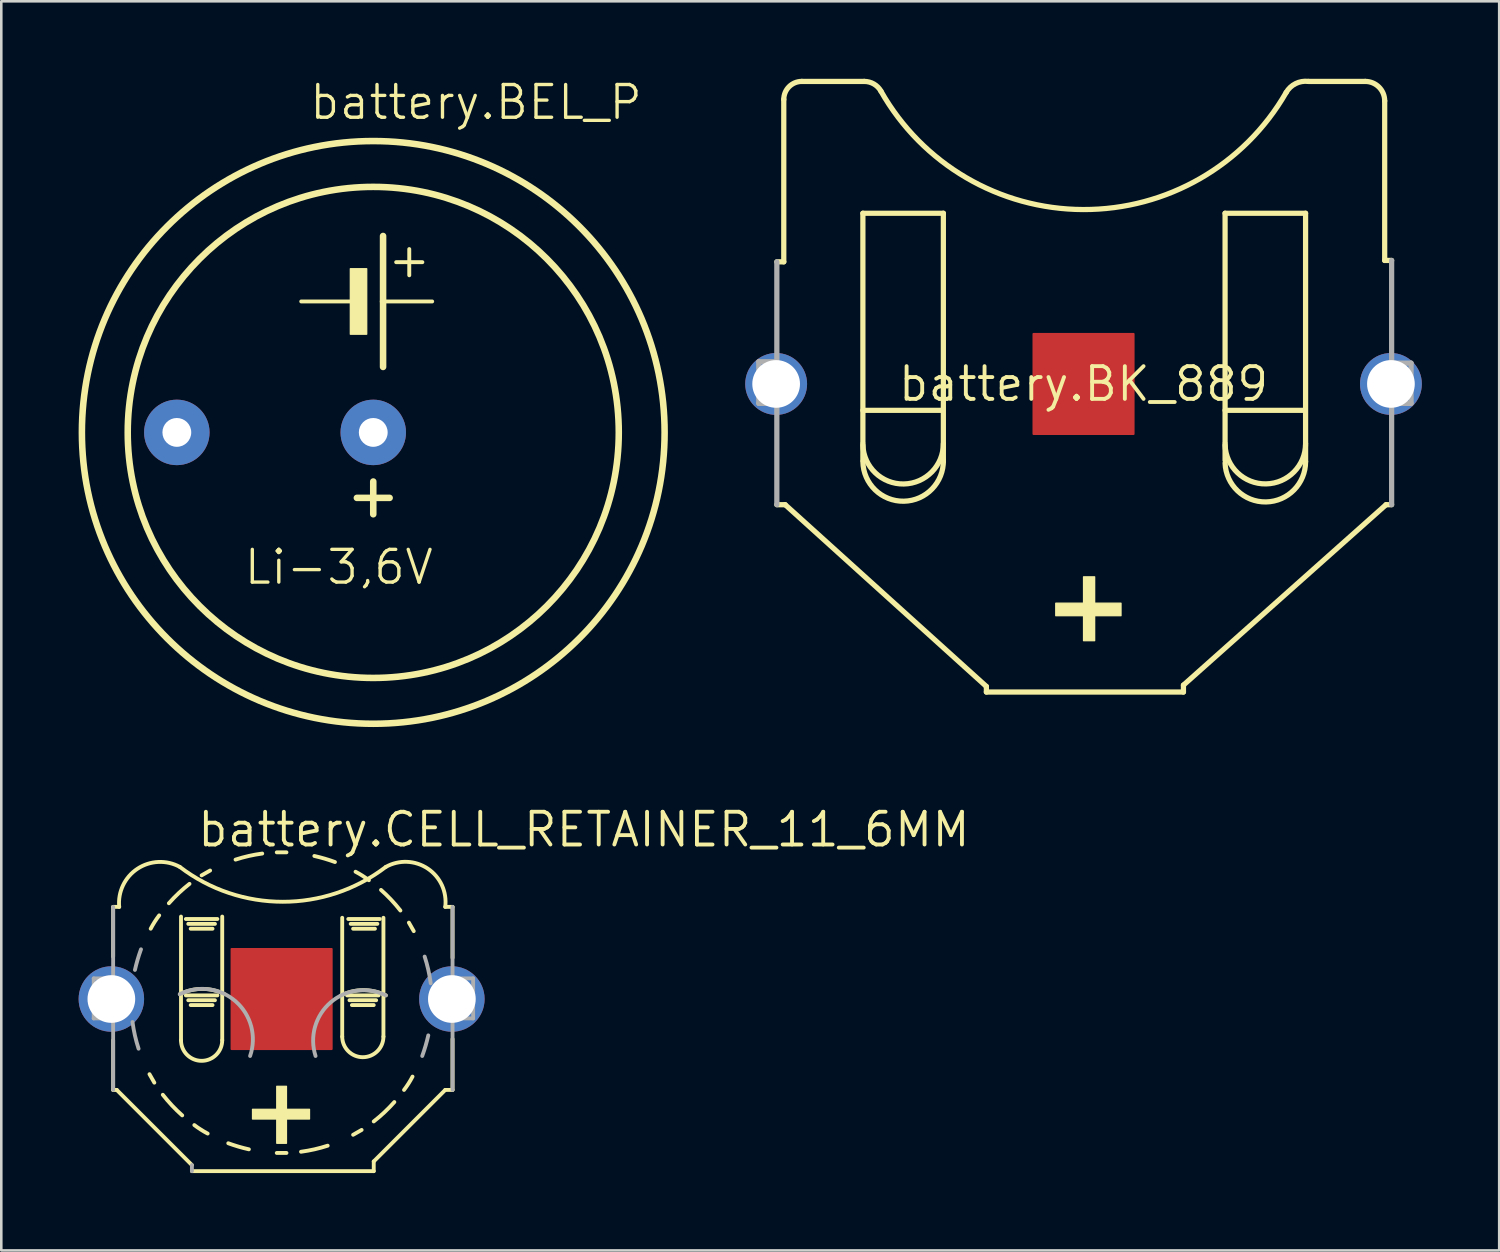
<source format=kicad_pcb>
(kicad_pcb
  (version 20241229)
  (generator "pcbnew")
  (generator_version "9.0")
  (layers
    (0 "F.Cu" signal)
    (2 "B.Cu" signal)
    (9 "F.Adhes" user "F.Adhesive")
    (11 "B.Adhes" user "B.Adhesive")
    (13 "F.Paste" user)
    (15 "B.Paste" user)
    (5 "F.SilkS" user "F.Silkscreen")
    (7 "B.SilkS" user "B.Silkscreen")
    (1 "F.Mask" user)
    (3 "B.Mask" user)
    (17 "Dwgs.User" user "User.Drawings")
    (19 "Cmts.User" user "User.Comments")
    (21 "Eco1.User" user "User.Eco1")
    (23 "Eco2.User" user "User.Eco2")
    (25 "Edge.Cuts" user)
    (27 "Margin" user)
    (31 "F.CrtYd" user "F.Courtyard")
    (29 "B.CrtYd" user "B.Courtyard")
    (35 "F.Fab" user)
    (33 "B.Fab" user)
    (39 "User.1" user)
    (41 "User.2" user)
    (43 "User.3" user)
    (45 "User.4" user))
  (footprint "battery.BK_889"
    (layer "F.Cu")
    (at 38.985 11.845)
    (property "Reference" "battery.BK_889" (at 0 0 0) (layer "F.SilkS") (effects (font (size 1.27 1.27) (thickness 0.15))))
    (attr smd)
    (fp_line (start -11.898 -4.738) (end -11.629 -4.738) (stroke (width 0.203) (type default)) (layer "F.SilkS"))
    (fp_line (start -11.629 -4.738) (end -11.629 -11.037) (stroke (width 0.203) (type default)) (layer "F.SilkS"))
    (fp_line (start -11.575 4.684) (end -11.898 4.684) (stroke (width 0.203) (type default)) (layer "F.SilkS"))
    (fp_line (start -10.929 -11.736) (end -8.506 -11.736) (stroke (width 0.203) (type default)) (layer "F.SilkS"))
    (fp_line (start -8.56 -6.622) (end -5.438 -6.622) (stroke (width 0.203) (type default)) (layer "F.SilkS"))
    (fp_line (start -8.56 1.023) (end -5.491 1.023) (stroke (width 0.203) (type default)) (layer "F.SilkS"))
    (fp_line (start -8.56 2.261) (end -8.56 -6.622) (stroke (width 0.203) (type default)) (layer "F.SilkS"))
    (fp_line (start -8.56 2.315) (end -8.56 2.961) (stroke (width 0.203) (type default)) (layer "F.SilkS"))
    (fp_line (start -5.438 -6.622) (end -5.438 2.315) (stroke (width 0.203) (type default)) (layer "F.SilkS"))
    (fp_line (start -5.438 3.015) (end -5.438 2.369) (stroke (width 0.203) (type default)) (layer "F.SilkS"))
    (fp_line (start -3.769 11.736) (end -11.575 4.684) (stroke (width 0.203) (type default)) (layer "F.SilkS"))
    (fp_line (start -3.769 11.952) (end -3.769 11.736) (stroke (width 0.203) (type default)) (layer "F.SilkS"))
    (fp_line (start 3.876 11.683) (end 3.876 11.952) (stroke (width 0.203) (type default)) (layer "F.SilkS"))
    (fp_line (start 3.876 11.952) (end -3.769 11.952) (stroke (width 0.203) (type default)) (layer "F.SilkS"))
    (fp_line (start 5.491 -6.622) (end 8.614 -6.622) (stroke (width 0.203) (type default)) (layer "F.SilkS"))
    (fp_line (start 5.491 1.023) (end 8.56 1.023) (stroke (width 0.203) (type default)) (layer "F.SilkS"))
    (fp_line (start 5.491 2.261) (end 5.491 -6.622) (stroke (width 0.203) (type default)) (layer "F.SilkS"))
    (fp_line (start 5.491 2.315) (end 5.491 2.961) (stroke (width 0.203) (type default)) (layer "F.SilkS"))
    (fp_line (start 8.614 -6.622) (end 8.614 2.315) (stroke (width 0.203) (type default)) (layer "F.SilkS"))
    (fp_line (start 8.614 3.015) (end 8.614 2.369) (stroke (width 0.203) (type default)) (layer "F.SilkS"))
    (fp_line (start 8.722 -11.736) (end 10.929 -11.736) (stroke (width 0.203) (type default)) (layer "F.SilkS"))
    (fp_line (start 11.683 -10.983) (end 11.683 -4.791) (stroke (width 0.203) (type default)) (layer "F.SilkS"))
    (fp_line (start 11.683 -4.791) (end 11.952 -4.791) (stroke (width 0.203) (type default)) (layer "F.SilkS"))
    (fp_line (start 11.736 4.684) (end 3.876 11.683) (stroke (width 0.203) (type default)) (layer "F.SilkS"))
    (fp_line (start 11.952 4.684) (end 11.736 4.684) (stroke (width 0.203) (type default)) (layer "F.SilkS"))
    (fp_rect (start -1.077 8.991) (end 1.454 8.506) (stroke (width 0.05) (type default)) (fill yes) (layer "F.SilkS"))
    (fp_rect (start 0 9.96) (end 0.431 7.483) (stroke (width 0.05) (type default)) (fill yes) (layer "F.SilkS"))
    (fp_arc (start -11.628791 -11.036584) (mid -11.4238 -11.531475) (end -10.928909 -11.736466) (stroke (width 0.2032) (type default)) (layer "F.SilkS"))
    (fp_arc (start -8.506247 -11.736466) (mid -8.132283 -11.635365) (end -7.860203 -11.359606) (stroke (width 0.2032) (type default)) (layer "F.SilkS"))
    (fp_arc (start -5.437538 2.314989) (mid -6.972352 3.876495) (end -8.560084 2.368827) (stroke (width 0.2032) (type default)) (layer "F.SilkS"))
    (fp_arc (start -5.437538 2.961034) (mid -6.971892 4.549226) (end -8.560084 3.014872) (stroke (width 0.2032) (type default)) (layer "F.SilkS"))
    (fp_arc (start 7.860203 -11.305769) (mid -0.015641 -6.765568) (end -7.860203 -11.359606) (stroke (width 0.2032) (type default)) (layer "F.SilkS"))
    (fp_arc (start 7.860203 -11.305769) (mid 8.225972 -11.65097) (end 8.721594 -11.736466) (stroke (width 0.2032) (type default)) (layer "F.SilkS"))
    (fp_arc (start 8.613919 2.314989) (mid 7.079103 3.876497) (end 5.491372 2.368827) (stroke (width 0.2032) (type default)) (layer "F.SilkS"))
    (fp_arc (start 8.613919 3.014868) (mid 7.079103 4.576377) (end 5.491372 3.068706) (stroke (width 0.2032) (type default)) (layer "F.SilkS"))
    (fp_arc (start 10.928909 -11.736466) (mid 11.461869 -11.515707) (end 11.682628 -10.982747) (stroke (width 0.2032) (type default)) (layer "F.SilkS"))
    (fp_line (start -12.598 -0.861) (end -11.952 -0.861) (stroke (width 0.203) (type default)) (layer "F.Fab"))
    (fp_line (start -12.598 0.754) (end -12.598 -0.861) (stroke (width 0.203) (type default)) (layer "F.Fab"))
    (fp_line (start -11.898 0.754) (end -12.598 0.754) (stroke (width 0.203) (type default)) (layer "F.Fab"))
    (fp_line (start -11.898 0.754) (end -11.898 -4.738) (stroke (width 0.203) (type default)) (layer "F.Fab"))
    (fp_line (start -11.898 4.684) (end -11.898 0.754) (stroke (width 0.203) (type default)) (layer "F.Fab"))
    (fp_line (start 11.952 -4.791) (end 11.952 -0.808) (stroke (width 0.203) (type default)) (layer "F.Fab"))
    (fp_line (start 11.952 -0.808) (end 11.952 0.754) (stroke (width 0.203) (type default)) (layer "F.Fab"))
    (fp_line (start 11.952 -0.808) (end 12.706 -0.808) (stroke (width 0.203) (type default)) (layer "F.Fab"))
    (fp_line (start 11.952 0.754) (end 11.952 4.684) (stroke (width 0.203) (type default)) (layer "F.Fab"))
    (fp_line (start 12.706 -0.808) (end 12.706 0.754) (stroke (width 0.203) (type default)) (layer "F.Fab"))
    (fp_line (start 12.706 0.754) (end 11.952 0.754) (stroke (width 0.203) (type default)) (layer "F.Fab"))
    (pad "+@1" thru_hole circle (at -11.925 0) (size 2.4 2.4) (drill 1.85) (layers "*.Cu" "*.Mask"))
    (pad "+@2" thru_hole circle (at 11.925 0) (size 2.4 2.4) (drill 1.85) (layers "*.Cu" "*.Mask"))
    (pad "-" smd roundrect (at 0 0) (size 3.96 3.96) (layers "F.Cu" "F.Mask" "F.Paste") (roundrect_rratio 0.01)))
  (footprint "battery.BEL_P"
    (layer "F.Cu")
    (at 11.43 13.725)
    (property "Reference" "battery.BEL_P" (at -2.54 -12.065 0) (layer "F.SilkS") (effects (font (size 1.27 1.27) (thickness 0.13)) (justify left bottom)))
    (attr through_hole)
    (fp_line (start -2.794 -5.08) (end -0.889 -5.08) (stroke (width 0.152) (type default)) (layer "F.SilkS"))
    (fp_line (start -0.635 2.54) (end 0.635 2.54) (stroke (width 0.254) (type default)) (layer "F.SilkS"))
    (fp_line (start 0 1.905) (end 0 3.175) (stroke (width 0.254) (type default)) (layer "F.SilkS"))
    (fp_line (start 0.381 -7.62) (end 0.381 -5.08) (stroke (width 0.254) (type default)) (layer "F.SilkS"))
    (fp_line (start 0.381 -5.08) (end 0.381 -2.54) (stroke (width 0.254) (type default)) (layer "F.SilkS"))
    (fp_line (start 0.381 -5.08) (end 2.286 -5.08) (stroke (width 0.152) (type default)) (layer "F.SilkS"))
    (fp_line (start 0.889 -6.604) (end 1.905 -6.604) (stroke (width 0.152) (type default)) (layer "F.SilkS"))
    (fp_line (start 1.397 -7.112) (end 1.397 -6.096) (stroke (width 0.152) (type default)) (layer "F.SilkS"))
    (fp_rect (start -0.889 -3.81) (end -0.254 -6.35) (stroke (width 0.05) (type default)) (fill yes) (layer "F.SilkS"))
    (fp_circle (center 0 0) (end 9.525 0) (stroke (width 0.254) (type default)) (fill no) (layer "F.SilkS"))
    (fp_circle (center 0 0) (end 11.303 0) (stroke (width 0.254) (type default)) (fill no) (layer "F.SilkS"))
    (fp_text user "Li-3,6V" (at -5.08 5.969 0) (layer "F.SilkS") (effects (font (size 1.27 1.27) (thickness 0.13)) (justify left bottom)))
    (pad "+" thru_hole circle (at 0 0) (size 2.54 2.54) (drill 1.118) (layers "*.Cu" "*.Mask"))
    (pad "-" thru_hole circle (at -7.62 0) (size 2.54 2.54) (drill 1.118) (layers "*.Cu" "*.Mask")))
  (footprint "battery.CELL_RETAINER_11_6MM"
    (layer "F.Cu")
    (at 7.875 35.706)
    (property "Reference" "battery.CELL_RETAINER_11_6MM" (at -3.339 -5.831 0) (layer "F.SilkS") (effects (font (size 1.27 1.27) (thickness 0.15)) (justify left bottom)))
    (attr smd)
    (fp_line (start -6.536 -3.574) (end -6.301 -3.574) (stroke (width 0.15) (type default)) (layer "F.SilkS"))
    (fp_line (start -6.536 -1.646) (end -6.536 -3.574) (stroke (width 0.15) (type default)) (layer "F.SilkS"))
    (fp_line (start -6.536 3.527) (end -6.536 1.599) (stroke (width 0.15) (type default)) (layer "F.SilkS"))
    (fp_line (start -6.395 3.527) (end -6.536 3.527) (stroke (width 0.15) (type default)) (layer "F.SilkS"))
    (fp_line (start -5.126 2.916) (end -4.938 3.245) (stroke (width 0.15) (type default)) (layer "F.SilkS"))
    (fp_line (start -3.903 -3.198) (end -3.903 1.599) (stroke (width 0.15) (type default)) (layer "F.SilkS"))
    (fp_line (start -3.715 -3.104) (end -2.492 -3.104) (stroke (width 0.15) (type default)) (layer "F.SilkS"))
    (fp_line (start -3.715 -0.141) (end -2.492 -0.141) (stroke (width 0.15) (type default)) (layer "F.SilkS"))
    (fp_line (start -3.621 -2.916) (end -2.586 -2.916) (stroke (width 0.15) (type default)) (layer "F.SilkS"))
    (fp_line (start -3.621 0.047) (end -2.586 0.047) (stroke (width 0.15) (type default)) (layer "F.SilkS"))
    (fp_line (start -3.527 -2.727) (end -2.68 -2.727) (stroke (width 0.15) (type default)) (layer "F.SilkS"))
    (fp_line (start -3.527 0.235) (end -2.68 0.235) (stroke (width 0.15) (type default)) (layer "F.SilkS"))
    (fp_line (start -3.48 6.442) (end -6.395 3.527) (stroke (width 0.15) (type default)) (layer "F.SilkS"))
    (fp_line (start -2.774 -4.985) (end -3.104 -4.797) (stroke (width 0.15) (type default)) (layer "F.SilkS"))
    (fp_line (start -2.304 1.599) (end -2.304 -3.198) (stroke (width 0.15) (type default)) (layer "F.SilkS"))
    (fp_line (start -0.188 -5.69) (end 0.188 -5.69) (stroke (width 0.15) (type default)) (layer "F.SilkS"))
    (fp_line (start 0.188 5.972) (end -0.188 5.972) (stroke (width 0.15) (type default)) (layer "F.SilkS"))
    (fp_line (start 2.351 -3.151) (end 2.351 1.458) (stroke (width 0.15) (type default)) (layer "F.SilkS"))
    (fp_line (start 2.539 -0.141) (end 3.762 -0.141) (stroke (width 0.15) (type default)) (layer "F.SilkS"))
    (fp_line (start 2.586 -3.104) (end 3.809 -3.104) (stroke (width 0.15) (type default)) (layer "F.SilkS"))
    (fp_line (start 2.633 0.047) (end 3.668 0.047) (stroke (width 0.15) (type default)) (layer "F.SilkS"))
    (fp_line (start 2.68 -2.916) (end 3.715 -2.916) (stroke (width 0.15) (type default)) (layer "F.SilkS"))
    (fp_line (start 2.727 0.235) (end 3.574 0.235) (stroke (width 0.15) (type default)) (layer "F.SilkS"))
    (fp_line (start 2.774 -2.727) (end 3.621 -2.727) (stroke (width 0.15) (type default)) (layer "F.SilkS"))
    (fp_line (start 2.774 5.267) (end 3.104 5.079) (stroke (width 0.15) (type default)) (layer "F.SilkS"))
    (fp_line (start 3.574 6.301) (end 3.574 6.678) (stroke (width 0.15) (type default)) (layer "F.SilkS"))
    (fp_line (start 3.574 6.678) (end -3.48 6.678) (stroke (width 0.15) (type default)) (layer "F.SilkS"))
    (fp_line (start 3.95 1.458) (end 3.95 -3.151) (stroke (width 0.15) (type default)) (layer "F.SilkS"))
    (fp_line (start 5.126 -2.633) (end 4.938 -2.963) (stroke (width 0.15) (type default)) (layer "F.SilkS"))
    (fp_line (start 6.348 -3.574) (end 6.631 -3.574) (stroke (width 0.15) (type default)) (layer "F.SilkS"))
    (fp_line (start 6.348 3.527) (end 3.574 6.301) (stroke (width 0.15) (type default)) (layer "F.SilkS"))
    (fp_line (start 6.631 -3.574) (end 6.631 -1.599) (stroke (width 0.15) (type default)) (layer "F.SilkS"))
    (fp_line (start 6.631 1.552) (end 6.631 3.527) (stroke (width 0.15) (type default)) (layer "F.SilkS"))
    (fp_line (start 6.631 3.527) (end 6.348 3.527) (stroke (width 0.15) (type default)) (layer "F.SilkS"))
    (fp_rect (start -1.129 4.655) (end 1.082 4.279) (stroke (width 0.05) (type default)) (fill yes) (layer "F.SilkS"))
    (fp_rect (start -0.188 5.596) (end 0.188 3.386) (stroke (width 0.05) (type default)) (fill yes) (layer "F.SilkS"))
    (fp_arc (start -6.30135 -3.5739) (mid -5.590857 -5.054557) (end -3.9501 -5.125725) (stroke (width 0.15) (type default)) (layer "F.SilkS"))
    (fp_arc (start -5.0787 -2.72745) (mid -4.925175 -2.993127) (end -4.749525 -3.244725) (stroke (width 0.15) (type default)) (layer "F.SilkS"))
    (fp_arc (start -4.373325 -3.714975) (mid -3.99078 -4.109415) (end -3.5739 -4.467375) (stroke (width 0.15) (type default)) (layer "F.SilkS"))
    (fp_arc (start -3.9501 -0.1881) (mid -3.080138 -0.391818) (end -2.210175 -0.1881) (stroke (width 0.15) (type default)) (layer "F.SilkS"))
    (fp_arc (start -3.85605 4.5144) (mid -4.25049 4.131855) (end -4.60845 3.714975) (stroke (width 0.15) (type default)) (layer "F.SilkS"))
    (fp_arc (start -2.868525 5.219775) (mid -3.134202 5.06625) (end -3.3858 4.8906) (stroke (width 0.15) (type default)) (layer "F.SilkS"))
    (fp_arc (start -2.304225 1.59885) (mid -3.10365 2.398275) (end -3.903075 1.59885) (stroke (width 0.15) (type default)) (layer "F.SilkS"))
    (fp_arc (start -1.78695 -5.407875) (mid -1.275049 -5.549084) (end -0.7524 -5.643) (stroke (width 0.15) (type default)) (layer "F.SilkS"))
    (fp_arc (start -1.269675 5.8311) (mid -1.673196 5.726485) (end -2.0691 5.595975) (stroke (width 0.15) (type default)) (layer "F.SilkS"))
    (fp_arc (start 1.269675 -5.54895) (mid 1.673196 -5.444335) (end 2.0691 -5.313825) (stroke (width 0.15) (type default)) (layer "F.SilkS"))
    (fp_arc (start 1.78695 5.690025) (mid 1.275049 5.831234) (end 0.7524 5.92515) (stroke (width 0.15) (type default)) (layer "F.SilkS"))
    (fp_arc (start 2.304225 -0.141075) (mid 3.174188 -0.344793) (end 4.04415 -0.141075) (stroke (width 0.15) (type default)) (layer "F.SilkS"))
    (fp_arc (start 2.868525 -4.937625) (mid 3.134202 -4.7841) (end 3.3858 -4.60845) (stroke (width 0.15) (type default)) (layer "F.SilkS"))
    (fp_arc (start 3.85605 -4.23225) (mid 4.25049 -3.849705) (end 4.60845 -3.432825) (stroke (width 0.15) (type default)) (layer "F.SilkS"))
    (fp_arc (start 3.9501 1.457775) (mid 3.150675 2.2572) (end 2.35125 1.457775) (stroke (width 0.15) (type default)) (layer "F.SilkS"))
    (fp_arc (start 4.04415 -5.125725) (mid 0.047025 -3.772412) (end -3.9501 -5.125725) (stroke (width 0.15) (type default)) (layer "F.SilkS"))
    (fp_arc (start 4.04415 -5.125725) (mid 5.672619 -5.05713) (end 6.348375 -3.5739) (stroke (width 0.15) (type default)) (layer "F.SilkS"))
    (fp_arc (start 4.373325 3.997125) (mid 3.99078 4.391565) (end 3.5739 4.749525) (stroke (width 0.15) (type default)) (layer "F.SilkS"))
    (fp_arc (start 5.0787 3.0096) (mid 4.925175 3.275277) (end 4.749525 3.526875) (stroke (width 0.15) (type default)) (layer "F.SilkS"))
    (fp_line (start -7.289 -0.799) (end -7.289 0.752) (stroke (width 0.15) (type default)) (layer "F.Fab"))
    (fp_line (start -7.289 0.752) (end -6.631 0.752) (stroke (width 0.15) (type default)) (layer "F.Fab"))
    (fp_line (start -6.583 -0.799) (end -7.289 -0.799) (stroke (width 0.15) (type default)) (layer "F.Fab"))
    (fp_line (start -6.536 3.527) (end -6.536 -3.574) (stroke (width 0.15) (type default)) (layer "F.Fab"))
    (fp_line (start -5.831 0.329) (end -5.831 -0.047) (stroke (width 0.15) (type default)) (layer "F.Fab"))
    (fp_line (start -3.48 6.678) (end -3.48 6.442) (stroke (width 0.15) (type default)) (layer "F.Fab"))
    (fp_line (start 5.831 -0.047) (end 5.831 0.329) (stroke (width 0.15) (type default)) (layer "F.Fab"))
    (fp_line (start 6.631 -3.574) (end 6.631 3.527) (stroke (width 0.15) (type default)) (layer "F.Fab"))
    (fp_line (start 6.678 -0.799) (end 7.43 -0.799) (stroke (width 0.15) (type default)) (layer "F.Fab"))
    (fp_line (start 7.43 -0.799) (end 7.43 0.752) (stroke (width 0.15) (type default)) (layer "F.Fab"))
    (fp_line (start 7.43 0.752) (end 6.678 0.752) (stroke (width 0.15) (type default)) (layer "F.Fab"))
    (fp_arc (start -5.690025 -1.1286) (mid -5.58541 -1.532121) (end -5.4549 -1.928025) (stroke (width 0.15) (type default)) (layer "F.Fab"))
    (fp_arc (start -5.54895 1.928025) (mid -5.690159 1.416124) (end -5.784075 0.893475) (stroke (width 0.15) (type default)) (layer "F.Fab"))
    (fp_arc (start -3.9501 -0.1881) (mid -1.780127 0.094129) (end -1.22265 2.210175) (stroke (width 0.15) (type default)) (layer "F.Fab"))
    (fp_arc (start 1.3167 2.210175) (mid 1.901345 0.130817) (end 4.04415 -0.141075) (stroke (width 0.15) (type default)) (layer "F.Fab"))
    (fp_arc (start 5.54895 -1.645875) (mid 5.690159 -1.133974) (end 5.784075 -0.611325) (stroke (width 0.15) (type default)) (layer "F.Fab"))
    (fp_arc (start 5.690025 1.41075) (mid 5.58541 1.814271) (end 5.4549 2.210175) (stroke (width 0.15) (type default)) (layer "F.Fab"))
    (pad "N-" smd roundrect (at 0 0) (size 3.96 3.96) (layers "F.Cu" "F.Mask" "F.Paste") (roundrect_rratio 0.01))
    (pad "P+@1" thru_hole circle (at -6.605 0) (size 2.54 2.54) (drill 1.85) (layers "*.Cu" "*.Mask"))
    (pad "P+@2" thru_hole circle (at 6.605 0) (size 2.54 2.54) (drill 1.85) (layers "*.Cu" "*.Mask")))
  (gr_rect
    (start -3 -3)
    (end 55.11 45.459)
    (stroke (width 0.1) (type default))
    (fill no)
    (layer "Edge.Cuts")))
</source>
